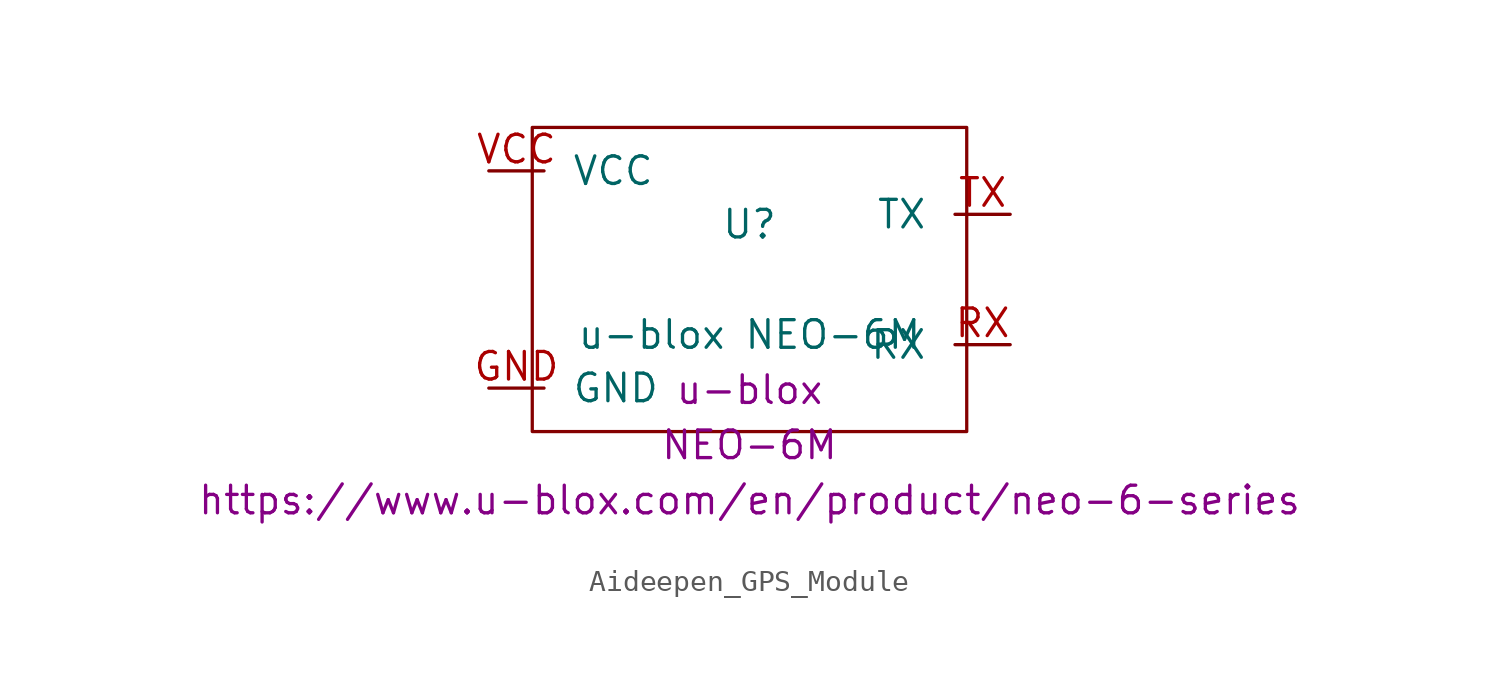
<source format=kicad_sym>
(kicad_symbol_lib
  (version 20211014)
  (generator kicad_symbol_editor)
  (symbol "Aideepen_GPS_Module"
    (pin_names
      (offset 1.27))
    (property "Reference" "U"
      (at 0 2.54 0)
      (effects (font (size 1.27 1.27))))
    (property "Value" "u-blox NEO-6M"
      (at 0 -2.54 0)
      (effects (font (size 1.27 1.27))))
    (property "Supplier" "u-blox"
      (at 0 -5.08 0)
      (effects (font (size 1.27 1.27))))
    (property "Supplier Part" "NEO-6M"
      (at 0 -7.62 0)
      (effects (font (size 1.27 1.27))))
    (property "Supplier Link" "https://www.u-blox.com/en/product/neo-6-series"
      (at 0 -10.16 0)
      (effects (font (size 1.27 1.27))))
    (rectangle
      (start -10 7)
      (end 10 -7)
      (stroke (width 0.15))
      (fill (type none)))
    (pin power_in line
      (at -12 5 0)
      (length 2.54)
      (name "VCC")
      (number "VCC"))
    (pin power_in line
      (at -12 -5 0)
      (length 2.54)
      (name "GND")
      (number "GND"))
    (pin output line
      (at 12 3 180)
      (length 2.54)
      (name "TX")
      (number "TX"))
    (pin input line
      (at 12 -3 180)
      (length 2.54)
      (name "RX")
      (number "RX"))))
</source>
